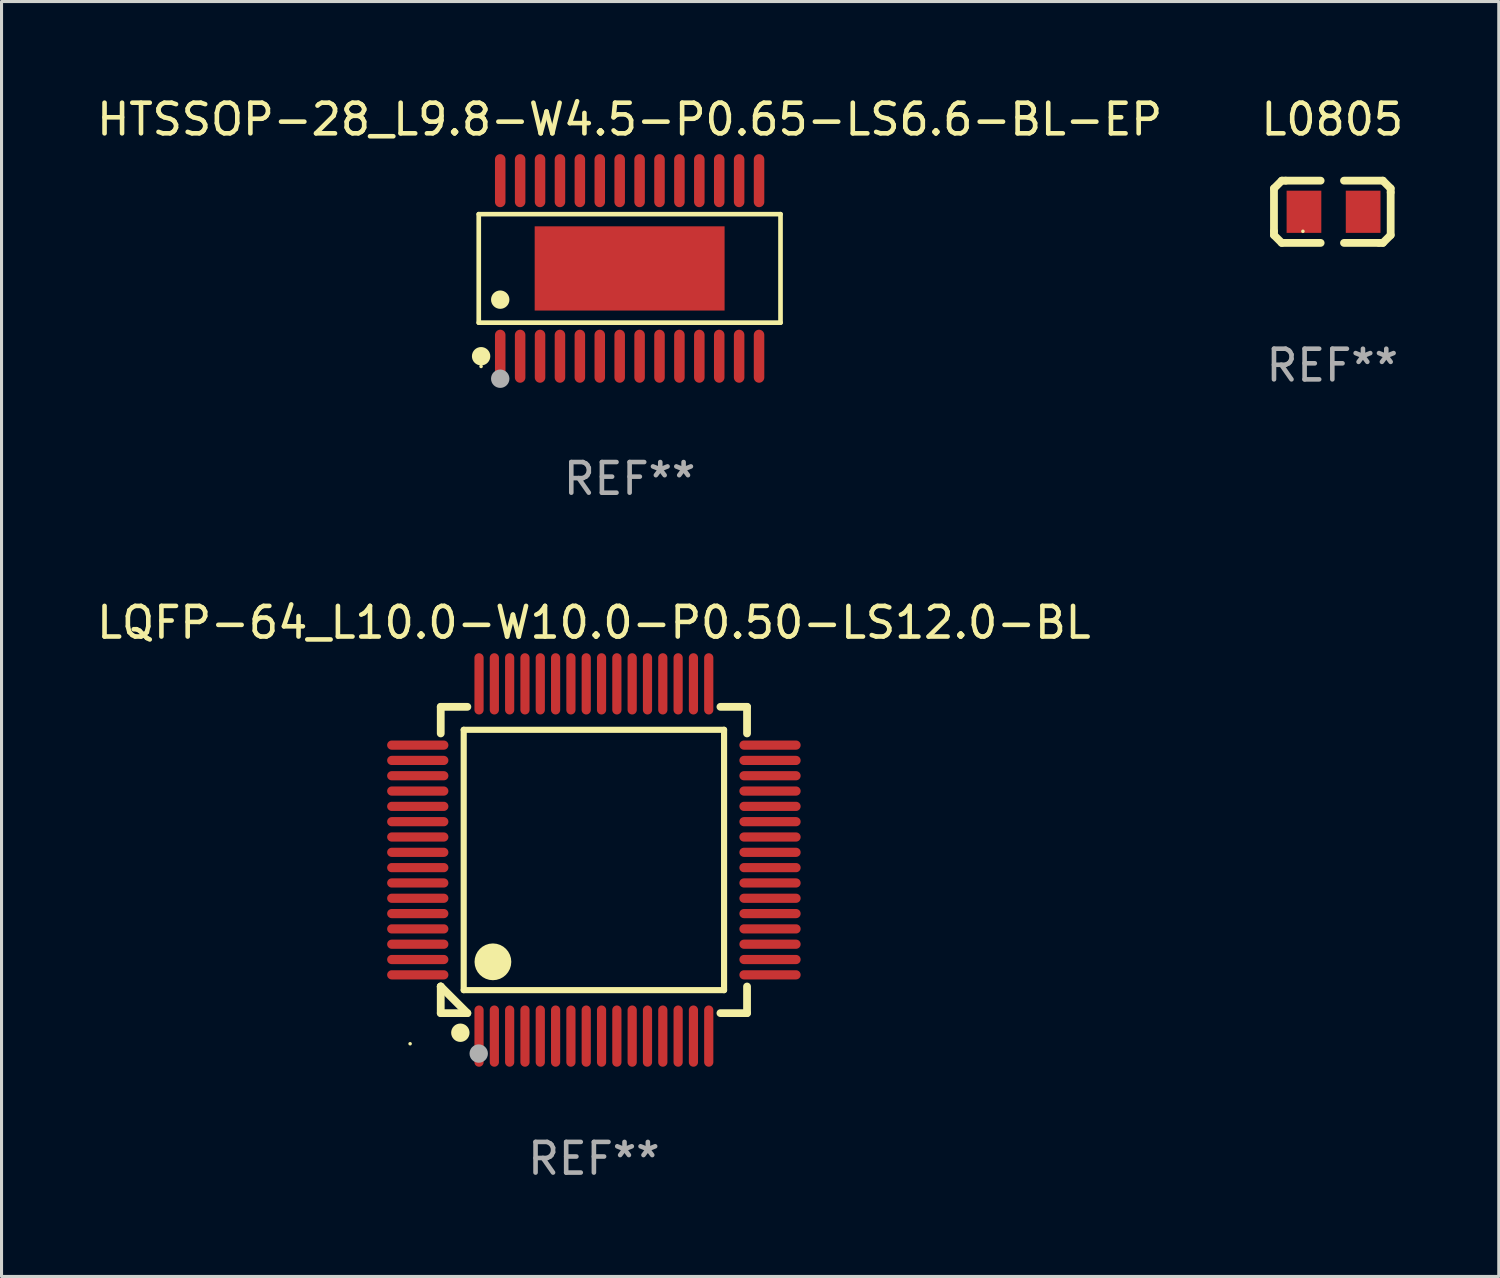
<source format=kicad_pcb>
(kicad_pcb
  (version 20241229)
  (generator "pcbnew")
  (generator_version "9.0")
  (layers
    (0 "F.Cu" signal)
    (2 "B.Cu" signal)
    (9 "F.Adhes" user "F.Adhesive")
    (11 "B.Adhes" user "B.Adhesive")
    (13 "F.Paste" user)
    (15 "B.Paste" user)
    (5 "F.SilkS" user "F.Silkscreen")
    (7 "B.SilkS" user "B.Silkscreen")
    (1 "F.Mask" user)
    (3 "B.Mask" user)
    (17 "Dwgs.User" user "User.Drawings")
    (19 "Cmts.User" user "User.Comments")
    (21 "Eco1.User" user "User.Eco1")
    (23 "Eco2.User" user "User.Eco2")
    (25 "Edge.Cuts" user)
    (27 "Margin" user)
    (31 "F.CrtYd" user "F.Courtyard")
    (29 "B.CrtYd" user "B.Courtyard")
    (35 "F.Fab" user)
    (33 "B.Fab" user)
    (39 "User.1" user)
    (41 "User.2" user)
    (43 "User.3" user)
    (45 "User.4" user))
  (footprint "L0805"
    (layer "F.Cu")
    (at 40.487 3.864)
    (property "Reference" "L0805" (at -0.04 -3.016 0) (layer "F.SilkS") (effects (font (size 1 1) (thickness 0.15))))
    (attr through_hole)
    (fp_line (start -1.945 -0.762) (end -1.945 0.635) (stroke (width 0.254) (type solid)) (layer "F.SilkS"))
    (fp_line (start -1.945 0.635) (end -1.945 0.762) (stroke (width 0.254) (type solid)) (layer "F.SilkS"))
    (fp_line (start -1.945 0.762) (end -1.691 1.016) (stroke (width 0.254) (type solid)) (layer "F.SilkS"))
    (fp_line (start -1.691 -1.016) (end -1.945 -0.762) (stroke (width 0.254) (type solid)) (layer "F.SilkS"))
    (fp_line (start -1.691 1.016) (end -0.421 1.016) (stroke (width 0.254) (type solid)) (layer "F.SilkS"))
    (fp_line (start -1.564 -1.016) (end -1.691 -1.016) (stroke (width 0.254) (type solid)) (layer "F.SilkS"))
    (fp_line (start -0.421 -1.016) (end -1.564 -1.016) (stroke (width 0.254) (type solid)) (layer "F.SilkS"))
    (fp_line (start 0.341 1.016) (end 1.484 1.016) (stroke (width 0.254) (type solid)) (layer "F.SilkS"))
    (fp_line (start 1.484 1.016) (end 1.611 1.016) (stroke (width 0.254) (type solid)) (layer "F.SilkS"))
    (fp_line (start 1.611 -1.016) (end 0.341 -1.016) (stroke (width 0.254) (type solid)) (layer "F.SilkS"))
    (fp_line (start 1.611 1.016) (end 1.865 0.762) (stroke (width 0.254) (type solid)) (layer "F.SilkS"))
    (fp_line (start 1.865 -0.762) (end 1.611 -1.016) (stroke (width 0.254) (type solid)) (layer "F.SilkS"))
    (fp_line (start 1.865 -0.635) (end 1.865 -0.762) (stroke (width 0.254) (type solid)) (layer "F.SilkS"))
    (fp_line (start 1.865 0.762) (end 1.865 -0.635) (stroke (width 0.254) (type solid)) (layer "F.SilkS"))
    (fp_circle (center -1 0.637) (end -0.97 0.637) (stroke (width 0.06) (type solid)) (fill no) (layer "F.SilkS"))
    (fp_text user "REF**" (at -0.04 5.016 0) (layer "F.Fab") (effects (font (size 1 1) (thickness 0.15))))
    (pad "1" smd rect (at -0.966 0) (size 1.133 1.377) (layers "F.Cu" "F.Mask" "F.Paste"))
    (pad "2" smd rect (at 0.966 0) (size 1.133 1.377) (layers "F.Cu" "F.Mask" "F.Paste")))
  (footprint "LQFP-64_L10.0-W10.0-P0.50-LS12.0-BL"
    (layer "F.Cu")
    (at 16.339 25.026)
    (property "Reference" "LQFP-64_L10.0-W10.0-P0.50-LS12.0-BL" (at 0 -7.75 0) (layer "F.SilkS") (effects (font (size 1 1) (thickness 0.15))))
    (attr through_hole)
    (fp_line (start -5 -5) (end -4.131 -5) (stroke (width 0.254) (type solid)) (layer "F.SilkS"))
    (fp_line (start -5 -4.131) (end -5 -5) (stroke (width 0.254) (type solid)) (layer "F.SilkS"))
    (fp_line (start -5 4.131) (end -5 4.131) (stroke (width 0.254) (type solid)) (layer "F.SilkS"))
    (fp_line (start -5 5) (end -5 4.131) (stroke (width 0.254) (type solid)) (layer "F.SilkS"))
    (fp_line (start -5 4.131) (end -4.131 5) (stroke (width 0.254) (type solid)) (layer "F.SilkS"))
    (fp_line (start -4.25 -4.25) (end -4.25 4.25) (stroke (width 0.2) (type solid)) (layer "F.SilkS"))
    (fp_line (start -4.25 4.25) (end 4.25 4.25) (stroke (width 0.2) (type solid)) (layer "F.SilkS"))
    (fp_line (start -4.131 5) (end -5 5) (stroke (width 0.254) (type solid)) (layer "F.SilkS"))
    (fp_line (start 4.25 -4.25) (end -4.25 -4.25) (stroke (width 0.2) (type solid)) (layer "F.SilkS"))
    (fp_line (start 4.25 4.25) (end 4.25 -4.25) (stroke (width 0.2) (type solid)) (layer "F.SilkS"))
    (fp_line (start 5 -5) (end 4.131 -5) (stroke (width 0.254) (type solid)) (layer "F.SilkS"))
    (fp_line (start 5 -5) (end 5 -4.131) (stroke (width 0.254) (type solid)) (layer "F.SilkS"))
    (fp_line (start 5 4.131) (end 5 5) (stroke (width 0.254) (type solid)) (layer "F.SilkS"))
    (fp_line (start 5 5) (end 4.131 5) (stroke (width 0.254) (type solid)) (layer "F.SilkS"))
    (fp_arc (start -4.358725 5.489992) (mid -4.360204 5.790013) (end -4.360847 5.489989) (stroke (width 0.3) (type solid)) (layer "F.SilkS"))
    (fp_arc (start -3.294387 3.025146) (mid -3.297346 3.625134) (end -3.29863 3.02514) (stroke (width 0.6) (type solid)) (layer "F.SilkS"))
    (fp_circle (center -6 6) (end -5.97 6) (stroke (width 0.06) (type solid)) (fill no) (layer "F.SilkS"))
    (fp_circle (center -3.76 6.32) (end -3.61 6.32) (stroke (width 0.3) (type solid)) (fill no) (layer "F.Fab"))
    (fp_text user "REF**" (at 0 9.75 0) (layer "F.Fab") (effects (font (size 1 1) (thickness 0.15))))
    (pad "1" smd oval (at -3.75 5.75) (size 0.3 2) (layers "F.Cu" "F.Mask" "F.Paste"))
    (pad "2" smd oval (at -3.25 5.75) (size 0.3 2) (layers "F.Cu" "F.Mask" "F.Paste"))
    (pad "3" smd oval (at -2.75 5.75) (size 0.3 2) (layers "F.Cu" "F.Mask" "F.Paste"))
    (pad "4" smd oval (at -2.25 5.75) (size 0.3 2) (layers "F.Cu" "F.Mask" "F.Paste"))
    (pad "5" smd oval (at -1.75 5.75) (size 0.3 2) (layers "F.Cu" "F.Mask" "F.Paste"))
    (pad "6" smd oval (at -1.25 5.75) (size 0.3 2) (layers "F.Cu" "F.Mask" "F.Paste"))
    (pad "7" smd oval (at -0.75 5.75) (size 0.3 2) (layers "F.Cu" "F.Mask" "F.Paste"))
    (pad "8" smd oval (at -0.25 5.75) (size 0.3 2) (layers "F.Cu" "F.Mask" "F.Paste"))
    (pad "9" smd oval (at 0.25 5.75) (size 0.3 2) (layers "F.Cu" "F.Mask" "F.Paste"))
    (pad "10" smd oval (at 0.75 5.75) (size 0.3 2) (layers "F.Cu" "F.Mask" "F.Paste"))
    (pad "11" smd oval (at 1.25 5.75) (size 0.3 2) (layers "F.Cu" "F.Mask" "F.Paste"))
    (pad "12" smd oval (at 1.75 5.75) (size 0.3 2) (layers "F.Cu" "F.Mask" "F.Paste"))
    (pad "13" smd oval (at 2.25 5.75) (size 0.3 2) (layers "F.Cu" "F.Mask" "F.Paste"))
    (pad "14" smd oval (at 2.75 5.75) (size 0.3 2) (layers "F.Cu" "F.Mask" "F.Paste"))
    (pad "15" smd oval (at 3.25 5.75) (size 0.3 2) (layers "F.Cu" "F.Mask" "F.Paste"))
    (pad "16" smd oval (at 3.75 5.75) (size 0.3 2) (layers "F.Cu" "F.Mask" "F.Paste"))
    (pad "17" smd oval (at 5.75 3.75) (size 2 0.3) (layers "F.Cu" "F.Mask" "F.Paste"))
    (pad "18" smd oval (at 5.75 3.25) (size 2 0.3) (layers "F.Cu" "F.Mask" "F.Paste"))
    (pad "19" smd oval (at 5.75 2.75) (size 2 0.3) (layers "F.Cu" "F.Mask" "F.Paste"))
    (pad "20" smd oval (at 5.75 2.25) (size 2 0.3) (layers "F.Cu" "F.Mask" "F.Paste"))
    (pad "21" smd oval (at 5.75 1.75) (size 2 0.3) (layers "F.Cu" "F.Mask" "F.Paste"))
    (pad "22" smd oval (at 5.75 1.25) (size 2 0.3) (layers "F.Cu" "F.Mask" "F.Paste"))
    (pad "23" smd oval (at 5.75 0.75) (size 2 0.3) (layers "F.Cu" "F.Mask" "F.Paste"))
    (pad "24" smd oval (at 5.75 0.25) (size 2 0.3) (layers "F.Cu" "F.Mask" "F.Paste"))
    (pad "25" smd oval (at 5.75 -0.25) (size 2 0.3) (layers "F.Cu" "F.Mask" "F.Paste"))
    (pad "26" smd oval (at 5.75 -0.75) (size 2 0.3) (layers "F.Cu" "F.Mask" "F.Paste"))
    (pad "27" smd oval (at 5.75 -1.25) (size 2 0.3) (layers "F.Cu" "F.Mask" "F.Paste"))
    (pad "28" smd oval (at 5.75 -1.75) (size 2 0.3) (layers "F.Cu" "F.Mask" "F.Paste"))
    (pad "29" smd oval (at 5.75 -2.25) (size 2 0.3) (layers "F.Cu" "F.Mask" "F.Paste"))
    (pad "30" smd oval (at 5.75 -2.75) (size 2 0.3) (layers "F.Cu" "F.Mask" "F.Paste"))
    (pad "31" smd oval (at 5.75 -3.25) (size 2 0.3) (layers "F.Cu" "F.Mask" "F.Paste"))
    (pad "32" smd oval (at 5.75 -3.75) (size 2 0.3) (layers "F.Cu" "F.Mask" "F.Paste"))
    (pad "33" smd oval (at 3.75 -5.75) (size 0.3 2) (layers "F.Cu" "F.Mask" "F.Paste"))
    (pad "34" smd oval (at 3.25 -5.75) (size 0.3 2) (layers "F.Cu" "F.Mask" "F.Paste"))
    (pad "35" smd oval (at 2.75 -5.75) (size 0.3 2) (layers "F.Cu" "F.Mask" "F.Paste"))
    (pad "36" smd oval (at 2.25 -5.75) (size 0.3 2) (layers "F.Cu" "F.Mask" "F.Paste"))
    (pad "37" smd oval (at 1.75 -5.75) (size 0.3 2) (layers "F.Cu" "F.Mask" "F.Paste"))
    (pad "38" smd oval (at 1.25 -5.75) (size 0.3 2) (layers "F.Cu" "F.Mask" "F.Paste"))
    (pad "39" smd oval (at 0.75 -5.75) (size 0.3 2) (layers "F.Cu" "F.Mask" "F.Paste"))
    (pad "40" smd oval (at 0.25 -5.75) (size 0.3 2) (layers "F.Cu" "F.Mask" "F.Paste"))
    (pad "41" smd oval (at -0.25 -5.75) (size 0.3 2) (layers "F.Cu" "F.Mask" "F.Paste"))
    (pad "42" smd oval (at -0.75 -5.75) (size 0.3 2) (layers "F.Cu" "F.Mask" "F.Paste"))
    (pad "43" smd oval (at -1.25 -5.75) (size 0.3 2) (layers "F.Cu" "F.Mask" "F.Paste"))
    (pad "44" smd oval (at -1.75 -5.75) (size 0.3 2) (layers "F.Cu" "F.Mask" "F.Paste"))
    (pad "45" smd oval (at -2.25 -5.75) (size 0.3 2) (layers "F.Cu" "F.Mask" "F.Paste"))
    (pad "46" smd oval (at -2.75 -5.75) (size 0.3 2) (layers "F.Cu" "F.Mask" "F.Paste"))
    (pad "47" smd oval (at -3.25 -5.75) (size 0.3 2) (layers "F.Cu" "F.Mask" "F.Paste"))
    (pad "48" smd oval (at -3.75 -5.75) (size 0.3 2) (layers "F.Cu" "F.Mask" "F.Paste"))
    (pad "49" smd oval (at -5.75 -3.75) (size 2 0.3) (layers "F.Cu" "F.Mask" "F.Paste"))
    (pad "50" smd oval (at -5.75 -3.25) (size 2 0.3) (layers "F.Cu" "F.Mask" "F.Paste"))
    (pad "51" smd oval (at -5.75 -2.75) (size 2 0.3) (layers "F.Cu" "F.Mask" "F.Paste"))
    (pad "52" smd oval (at -5.75 -2.25) (size 2 0.3) (layers "F.Cu" "F.Mask" "F.Paste"))
    (pad "53" smd oval (at -5.75 -1.75) (size 2 0.3) (layers "F.Cu" "F.Mask" "F.Paste"))
    (pad "54" smd oval (at -5.75 -1.25) (size 2 0.3) (layers "F.Cu" "F.Mask" "F.Paste"))
    (pad "55" smd oval (at -5.75 -0.75) (size 2 0.3) (layers "F.Cu" "F.Mask" "F.Paste"))
    (pad "56" smd oval (at -5.75 -0.25) (size 2 0.3) (layers "F.Cu" "F.Mask" "F.Paste"))
    (pad "57" smd oval (at -5.75 0.25) (size 2 0.3) (layers "F.Cu" "F.Mask" "F.Paste"))
    (pad "58" smd oval (at -5.75 0.75) (size 2 0.3) (layers "F.Cu" "F.Mask" "F.Paste"))
    (pad "59" smd oval (at -5.75 1.25) (size 2 0.3) (layers "F.Cu" "F.Mask" "F.Paste"))
    (pad "60" smd oval (at -5.75 1.75) (size 2 0.3) (layers "F.Cu" "F.Mask" "F.Paste"))
    (pad "61" smd oval (at -5.75 2.25) (size 2 0.3) (layers "F.Cu" "F.Mask" "F.Paste"))
    (pad "62" smd oval (at -5.75 2.75) (size 2 0.3) (layers "F.Cu" "F.Mask" "F.Paste"))
    (pad "63" smd oval (at -5.75 3.25) (size 2 0.3) (layers "F.Cu" "F.Mask" "F.Paste"))
    (pad "64" smd oval (at -5.75 3.75) (size 2 0.3) (layers "F.Cu" "F.Mask" "F.Paste")))
  (footprint "HTSSOP-28_L9.8-W4.5-P0.65-LS6.6-BL-EP"
    (layer "F.Cu")
    (at 17.506 5.714)
    (property "Reference" "HTSSOP-28_L9.8-W4.5-P0.65-LS6.6-BL-EP" (at 0 -4.866 0) (layer "F.SilkS") (effects (font (size 1 1) (thickness 0.15))))
    (attr through_hole)
    (fp_line (start -4.926 -1.772) (end 4.926 -1.772) (stroke (width 0.152) (type solid)) (layer "F.SilkS"))
    (fp_line (start -4.926 1.771) (end -4.926 -1.772) (stroke (width 0.152) (type solid)) (layer "F.SilkS"))
    (fp_line (start 4.926 -1.772) (end 4.926 1.771) (stroke (width 0.152) (type solid)) (layer "F.SilkS"))
    (fp_line (start 4.926 1.771) (end -4.926 1.771) (stroke (width 0.152) (type solid)) (layer "F.SilkS"))
    (fp_circle (center -4.85 3.2) (end -4.82 3.2) (stroke (width 0.06) (type solid)) (fill no) (layer "F.SilkS"))
    (fp_circle (center -4.849 2.866) (end -4.699 2.866) (stroke (width 0.3) (type solid)) (fill no) (layer "F.SilkS"))
    (fp_circle (center -4.225 1.019) (end -4.075 1.019) (stroke (width 0.3) (type solid)) (fill no) (layer "F.SilkS"))
    (fp_circle (center -4.225 3.6) (end -4.075 3.6) (stroke (width 0.3) (type solid)) (fill no) (layer "F.Fab"))
    (fp_text user "REF**" (at 0 6.866 0) (layer "F.Fab") (effects (font (size 1 1) (thickness 0.15))))
    (pad "1" smd oval (at -4.225 2.866) (size 0.343 1.731) (layers "F.Cu" "F.Mask" "F.Paste"))
    (pad "2" smd oval (at -3.575 2.866) (size 0.343 1.731) (layers "F.Cu" "F.Mask" "F.Paste"))
    (pad "3" smd oval (at -2.925 2.866) (size 0.343 1.731) (layers "F.Cu" "F.Mask" "F.Paste"))
    (pad "4" smd oval (at -2.275 2.866) (size 0.343 1.731) (layers "F.Cu" "F.Mask" "F.Paste"))
    (pad "5" smd oval (at -1.625 2.866) (size 0.343 1.731) (layers "F.Cu" "F.Mask" "F.Paste"))
    (pad "6" smd oval (at -0.975 2.866) (size 0.343 1.731) (layers "F.Cu" "F.Mask" "F.Paste"))
    (pad "7" smd oval (at -0.325 2.866) (size 0.343 1.731) (layers "F.Cu" "F.Mask" "F.Paste"))
    (pad "8" smd oval (at 0.325 2.866) (size 0.343 1.731) (layers "F.Cu" "F.Mask" "F.Paste"))
    (pad "9" smd oval (at 0.975 2.866) (size 0.343 1.731) (layers "F.Cu" "F.Mask" "F.Paste"))
    (pad "10" smd oval (at 1.625 2.866) (size 0.343 1.731) (layers "F.Cu" "F.Mask" "F.Paste"))
    (pad "11" smd oval (at 2.275 2.866) (size 0.343 1.731) (layers "F.Cu" "F.Mask" "F.Paste"))
    (pad "12" smd oval (at 2.925 2.866) (size 0.343 1.731) (layers "F.Cu" "F.Mask" "F.Paste"))
    (pad "13" smd oval (at 3.575 2.866) (size 0.343 1.731) (layers "F.Cu" "F.Mask" "F.Paste"))
    (pad "14" smd oval (at 4.225 2.866) (size 0.343 1.731) (layers "F.Cu" "F.Mask" "F.Paste"))
    (pad "15" smd oval (at 4.225 -2.866) (size 0.343 1.731) (layers "F.Cu" "F.Mask" "F.Paste"))
    (pad "16" smd oval (at 3.575 -2.866) (size 0.343 1.731) (layers "F.Cu" "F.Mask" "F.Paste"))
    (pad "17" smd oval (at 2.925 -2.866) (size 0.343 1.731) (layers "F.Cu" "F.Mask" "F.Paste"))
    (pad "18" smd oval (at 2.275 -2.866) (size 0.343 1.731) (layers "F.Cu" "F.Mask" "F.Paste"))
    (pad "19" smd oval (at 1.625 -2.866) (size 0.343 1.731) (layers "F.Cu" "F.Mask" "F.Paste"))
    (pad "20" smd oval (at 0.975 -2.866) (size 0.343 1.731) (layers "F.Cu" "F.Mask" "F.Paste"))
    (pad "21" smd oval (at 0.325 -2.866) (size 0.343 1.731) (layers "F.Cu" "F.Mask" "F.Paste"))
    (pad "22" smd oval (at -0.325 -2.866) (size 0.343 1.731) (layers "F.Cu" "F.Mask" "F.Paste"))
    (pad "23" smd oval (at -0.975 -2.866) (size 0.343 1.731) (layers "F.Cu" "F.Mask" "F.Paste"))
    (pad "24" smd oval (at -1.625 -2.866) (size 0.343 1.731) (layers "F.Cu" "F.Mask" "F.Paste"))
    (pad "25" smd oval (at -2.275 -2.866) (size 0.343 1.731) (layers "F.Cu" "F.Mask" "F.Paste"))
    (pad "26" smd oval (at -2.925 -2.866) (size 0.343 1.731) (layers "F.Cu" "F.Mask" "F.Paste"))
    (pad "27" smd oval (at -3.575 -2.866) (size 0.343 1.731) (layers "F.Cu" "F.Mask" "F.Paste"))
    (pad "28" smd oval (at -4.225 -2.866) (size 0.343 1.731) (layers "F.Cu" "F.Mask" "F.Paste"))
    (pad "29" smd rect (at 0 -0.000127) (size 6.2 2.75) (layers "F.Cu" "F.Mask" "F.Paste")))
  (gr_rect
    (start -3 -3)
    (end 45.881 38.624)
    (stroke (width 0.1) (type default))
    (fill no)
    (layer "Edge.Cuts")))
</source>
